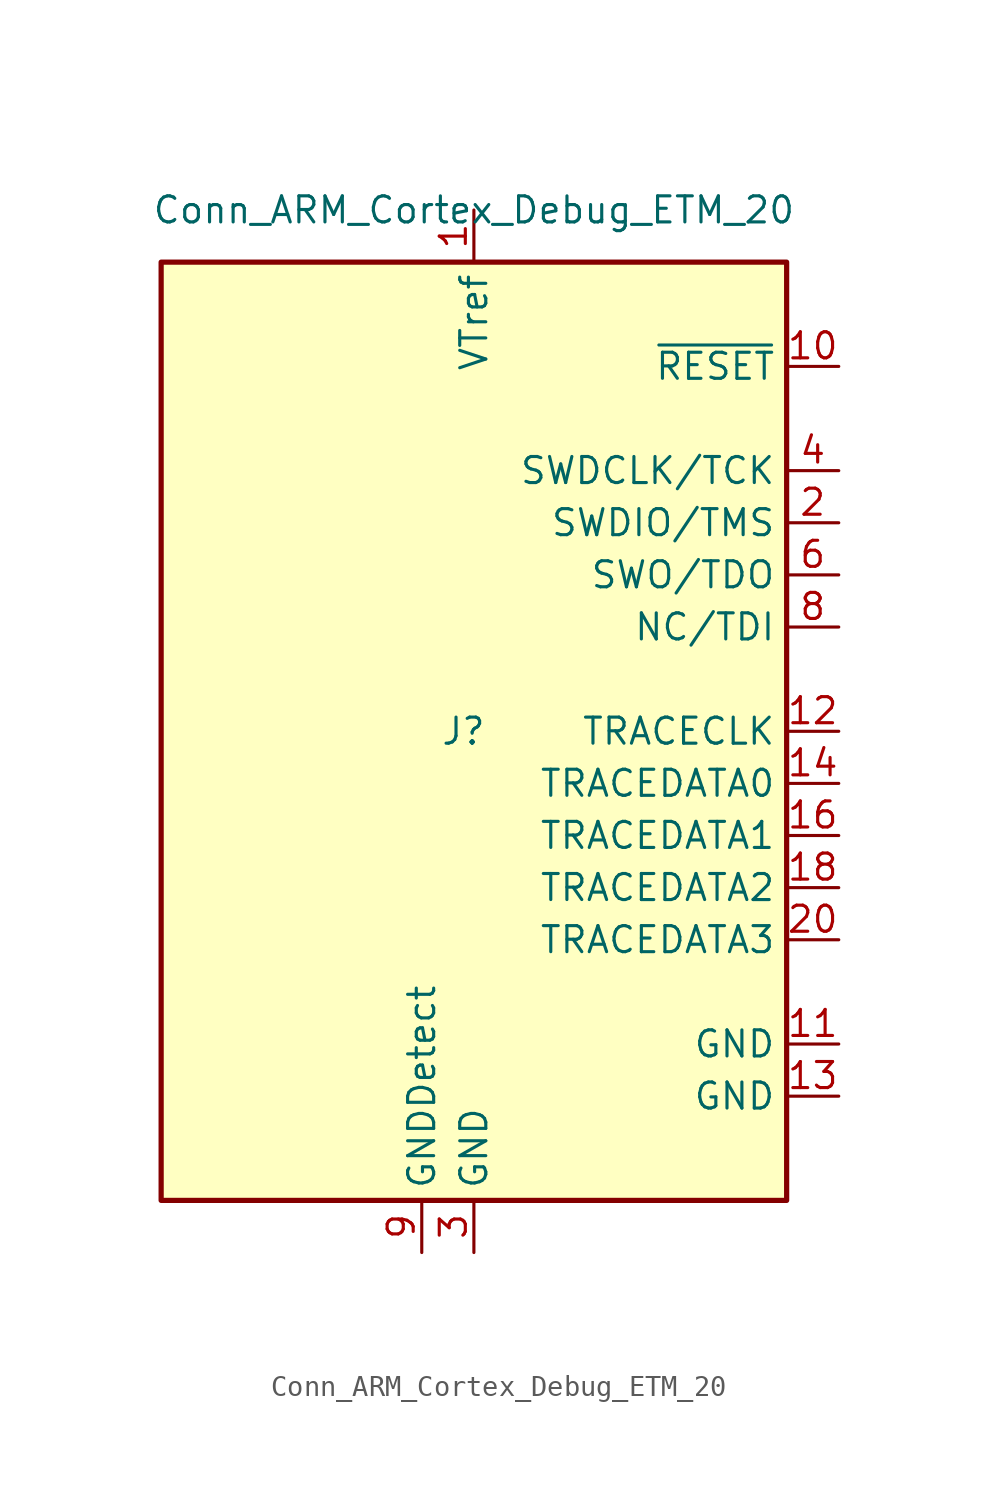
<source format=kicad_sym>
(kicad_symbol_lib
  (version 20241209)
  (generator "kicad_symbol_editor")
  (generator_version "9.0")
  (symbol "Conn_ARM_Cortex_Debug_ETM_20"
    (property "Reference" "J"
      (at -0.508 0 0)
      (effects (font (size 1.27 1.27))))
    (property "Value" "Conn_ARM_Cortex_Debug_ETM_20"
      (at 0 25.4 0)
      (effects (font (size 1.27 1.27))))
    (symbol "Conn_ARM_Cortex_Debug_ETM_20_0_0"
      (pin passive line (at -2.54 -25.4 90) (length 2.54) (name "GNDDetect" (effects (font (size 1.27 1.27)))) (number "9" (effects (font (size 1.27 1.27)))))
      (pin power_in line (at 0 -25.4 90) (length 2.54) (name "GND" (effects (font (size 1.27 1.27)))) (number "3" (effects (font (size 1.27 1.27)))))
      (pin open_collector line (at 17.78 17.78 180) (length 2.54) (name "~{RESET}" (effects (font (size 1.27 1.27)))) (number "10" (effects (font (size 1.27 1.27)))))
      (pin output line (at 17.78 12.7 180) (length 2.54) (name "SWDCLK/TCK" (effects (font (size 1.27 1.27)))) (number "4" (effects (font (size 1.27 1.27)))))
      (pin bidirectional line (at 17.78 10.16 180) (length 2.54) (name "SWDIO/TMS" (effects (font (size 1.27 1.27)))) (number "2" (effects (font (size 1.27 1.27)))))
      (pin input line (at 17.78 7.62 180) (length 2.54) (name "SWO/TDO" (effects (font (size 1.27 1.27)))) (number "6" (effects (font (size 1.27 1.27)))))
      (pin output line (at 17.78 5.08 180) (length 2.54) (name "NC/TDI" (effects (font (size 1.27 1.27)))) (number "8" (effects (font (size 1.27 1.27)))))
      (pin input line (at 17.78 0 180) (length 2.54) (name "TRACECLK" (effects (font (size 1.27 1.27)))) (number "12" (effects (font (size 1.27 1.27)))))
      (pin input line (at 17.78 -2.54 180) (length 2.54) (name "TRACEDATA0" (effects (font (size 1.27 1.27)))) (number "14" (effects (font (size 1.27 1.27)))))
      (pin input line (at 17.78 -5.08 180) (length 2.54) (name "TRACEDATA1" (effects (font (size 1.27 1.27)))) (number "16" (effects (font (size 1.27 1.27)))))
      (pin input line (at 17.78 -7.62 180) (length 2.54) (name "TRACEDATA2" (effects (font (size 1.27 1.27)))) (number "18" (effects (font (size 1.27 1.27)))))
      (pin input line (at 17.78 -10.16 180) (length 2.54) (name "TRACEDATA3" (effects (font (size 1.27 1.27)))) (number "20" (effects (font (size 1.27 1.27))))))
    (symbol "Conn_ARM_Cortex_Debug_ETM_20_1_0"
      (pin power_in line (at 0 25.4 270) (length 2.54) (name "VTref" (effects (font (size 1.27 1.27)))) (number "1" (effects (font (size 1.27 1.27)))))
      (pin passive line (at 0 -25.4 90) (length 2.54) (hide yes) (name "GND" (effects (font (size 1.27 1.27)))) (number "15" (effects (font (size 1.27 1.27)))))
      (pin passive line (at 0 -25.4 90) (length 2.54) (hide yes) (name "GND" (effects (font (size 1.27 1.27)))) (number "17" (effects (font (size 1.27 1.27)))))
      (pin passive line (at 0 -25.4 90) (length 2.54) (hide yes) (name "GND" (effects (font (size 1.27 1.27)))) (number "19" (effects (font (size 1.27 1.27)))))
      (pin passive line (at 0 -25.4 90) (length 2.54) (hide yes) (name "GND" (effects (font (size 1.27 1.27)))) (number "5" (effects (font (size 1.27 1.27)))))
      (pin no_connect line (at 2.54 -25.4 90) (length 2.54) (hide yes) (name "KEY" (effects (font (size 1.27 1.27)))) (number "7" (effects (font (size 1.27 1.27)))))
      (pin passive line (at 17.78 -15.24 180) (length 2.54) (name "GND" (effects (font (size 1.27 1.27)))) (number "11" (effects (font (size 1.27 1.27)))) (alternate "TgtPwr+Cap" power_out line))
      (pin passive line (at 17.78 -17.78 180) (length 2.54) (name "GND" (effects (font (size 1.27 1.27)))) (number "13" (effects (font (size 1.27 1.27)))) (alternate "TgtPwr+Cap" power_out line)))
    (symbol "Conn_ARM_Cortex_Debug_ETM_20_1_1"
      (rectangle (start -15.24 22.86) (end 15.24 -22.86) (stroke (width 0.254) (type default)) (fill (type background))))))
</source>
